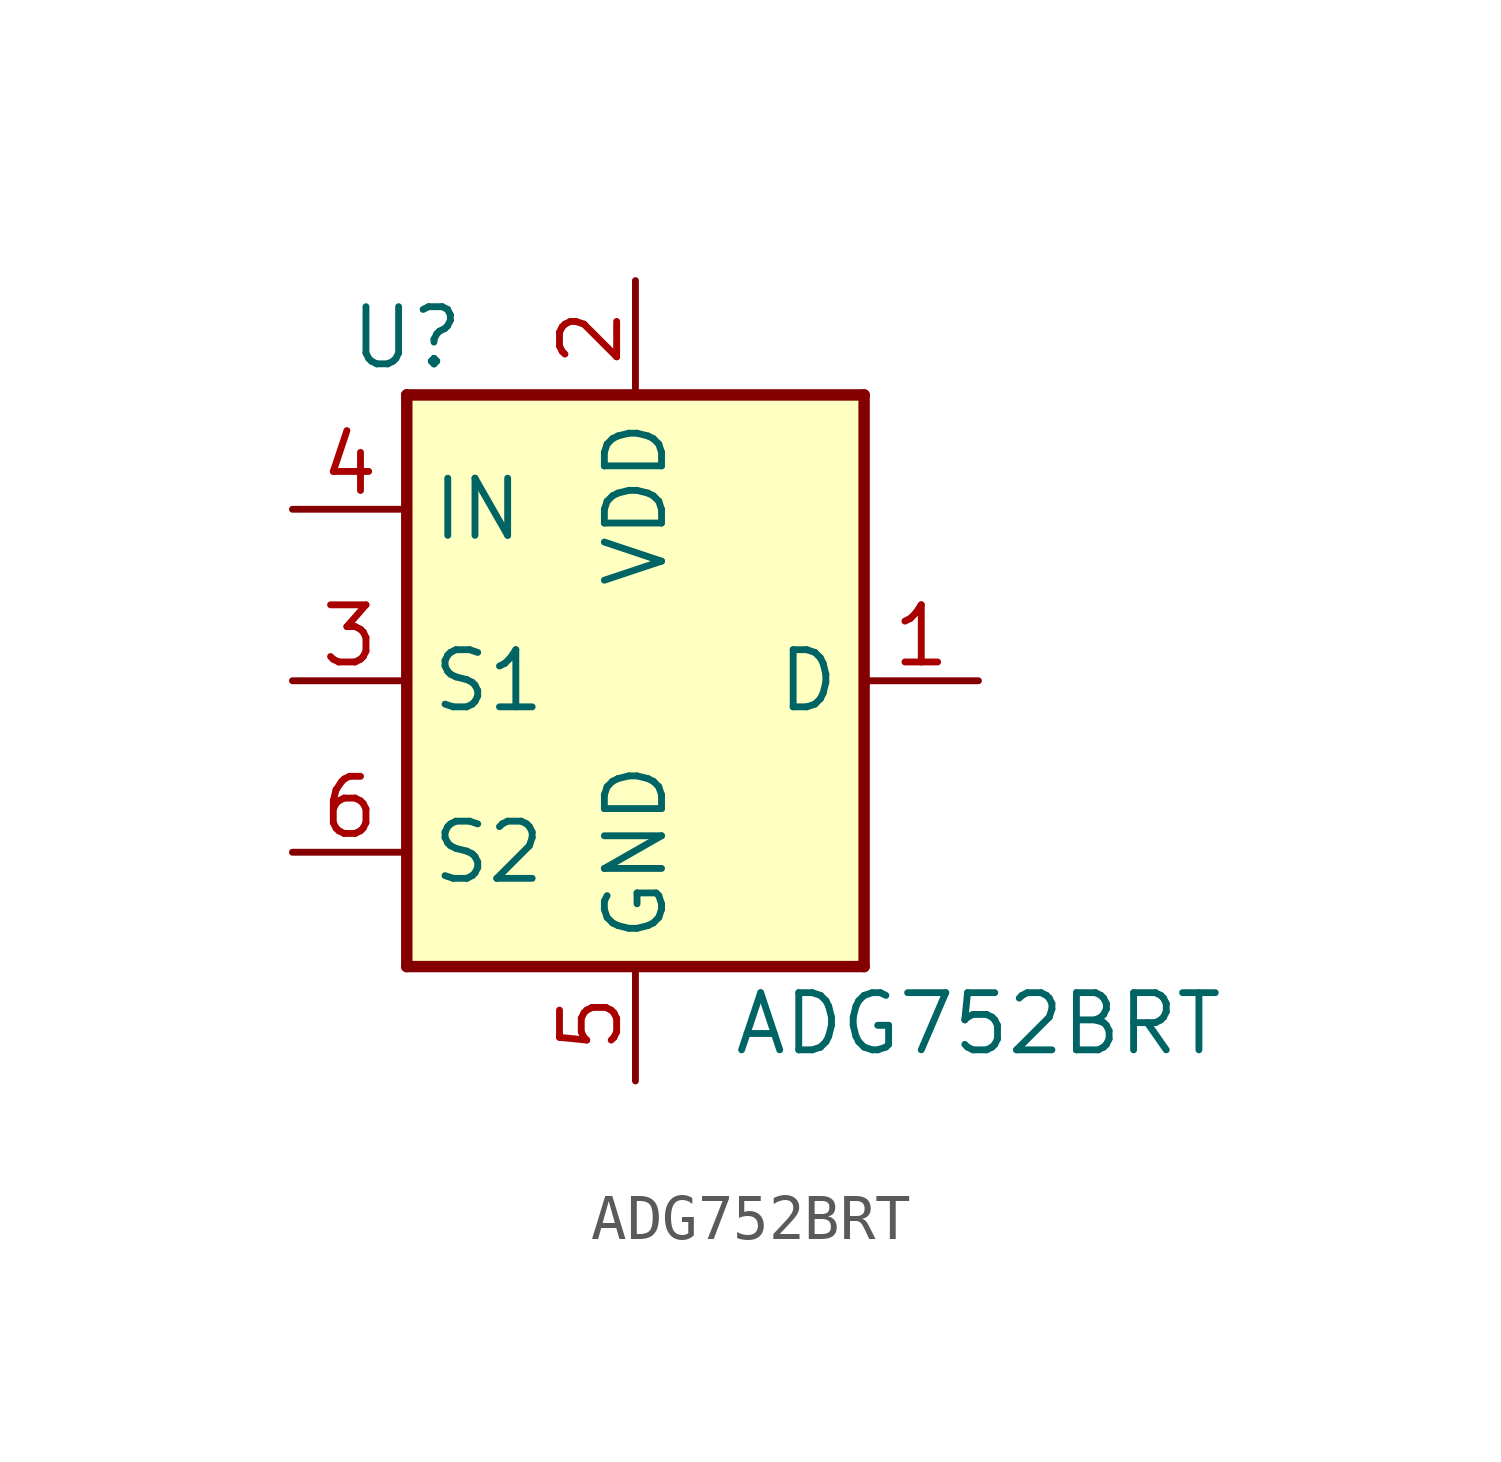
<source format=kicad_sym>
(kicad_symbol_lib
  (version 20231120)
  (generator "kicad_symbol_editor")
  (generator_version "8.0")
  (symbol "ADG752BRT"
    (property "Reference" "U"
      (at -5.08 7.62 0)
      (effects (font (size 1.27 1.27))))
    (property "Value" "ADG752BRT"
      (at 7.62 -7.62 0)
      (effects (font (size 1.27 1.27))))
    (symbol "ADG752BRT_1_1"
      (rectangle (start -5.08 6.35) (end 5.08 -6.35) (stroke (width -0.0001) (type default)) (fill (type background)))
      (polyline (pts (xy -5.08 -6.35) (xy 5.08 -6.35)) (stroke (width 0.254) (type default)) (fill (type none)))
      (polyline (pts (xy -5.08 6.35) (xy -5.08 -6.35)) (stroke (width 0.254) (type default)) (fill (type none)))
      (polyline (pts (xy 5.08 -6.35) (xy 5.08 6.35)) (stroke (width 0.254) (type default)) (fill (type none)))
      (polyline (pts (xy 5.08 6.35) (xy -5.08 6.35)) (stroke (width 0.254) (type default)) (fill (type none)))
      (pin bidirectional line (at 7.62 0 180) (length 2.54) (name "D" (effects (font (size 1.27 1.27)))) (number "1" (effects (font (size 1.27 1.27)))))
      (pin power_in line (at 0 8.89 270) (length 2.54) (name "VDD" (effects (font (size 1.27 1.27)))) (number "2" (effects (font (size 1.27 1.27)))))
      (pin bidirectional line (at -7.62 0 0) (length 2.54) (name "S1" (effects (font (size 1.27 1.27)))) (number "3" (effects (font (size 1.27 1.27)))))
      (pin input line (at -7.62 3.81 0) (length 2.54) (name "IN" (effects (font (size 1.27 1.27)))) (number "4" (effects (font (size 1.27 1.27)))))
      (pin power_in line (at 0 -8.89 90) (length 2.54) (name "GND" (effects (font (size 1.27 1.27)))) (number "5" (effects (font (size 1.27 1.27)))))
      (pin bidirectional line (at -7.62 -3.81 0) (length 2.54) (name "S2" (effects (font (size 1.27 1.27)))) (number "6" (effects (font (size 1.27 1.27))))))))
</source>
